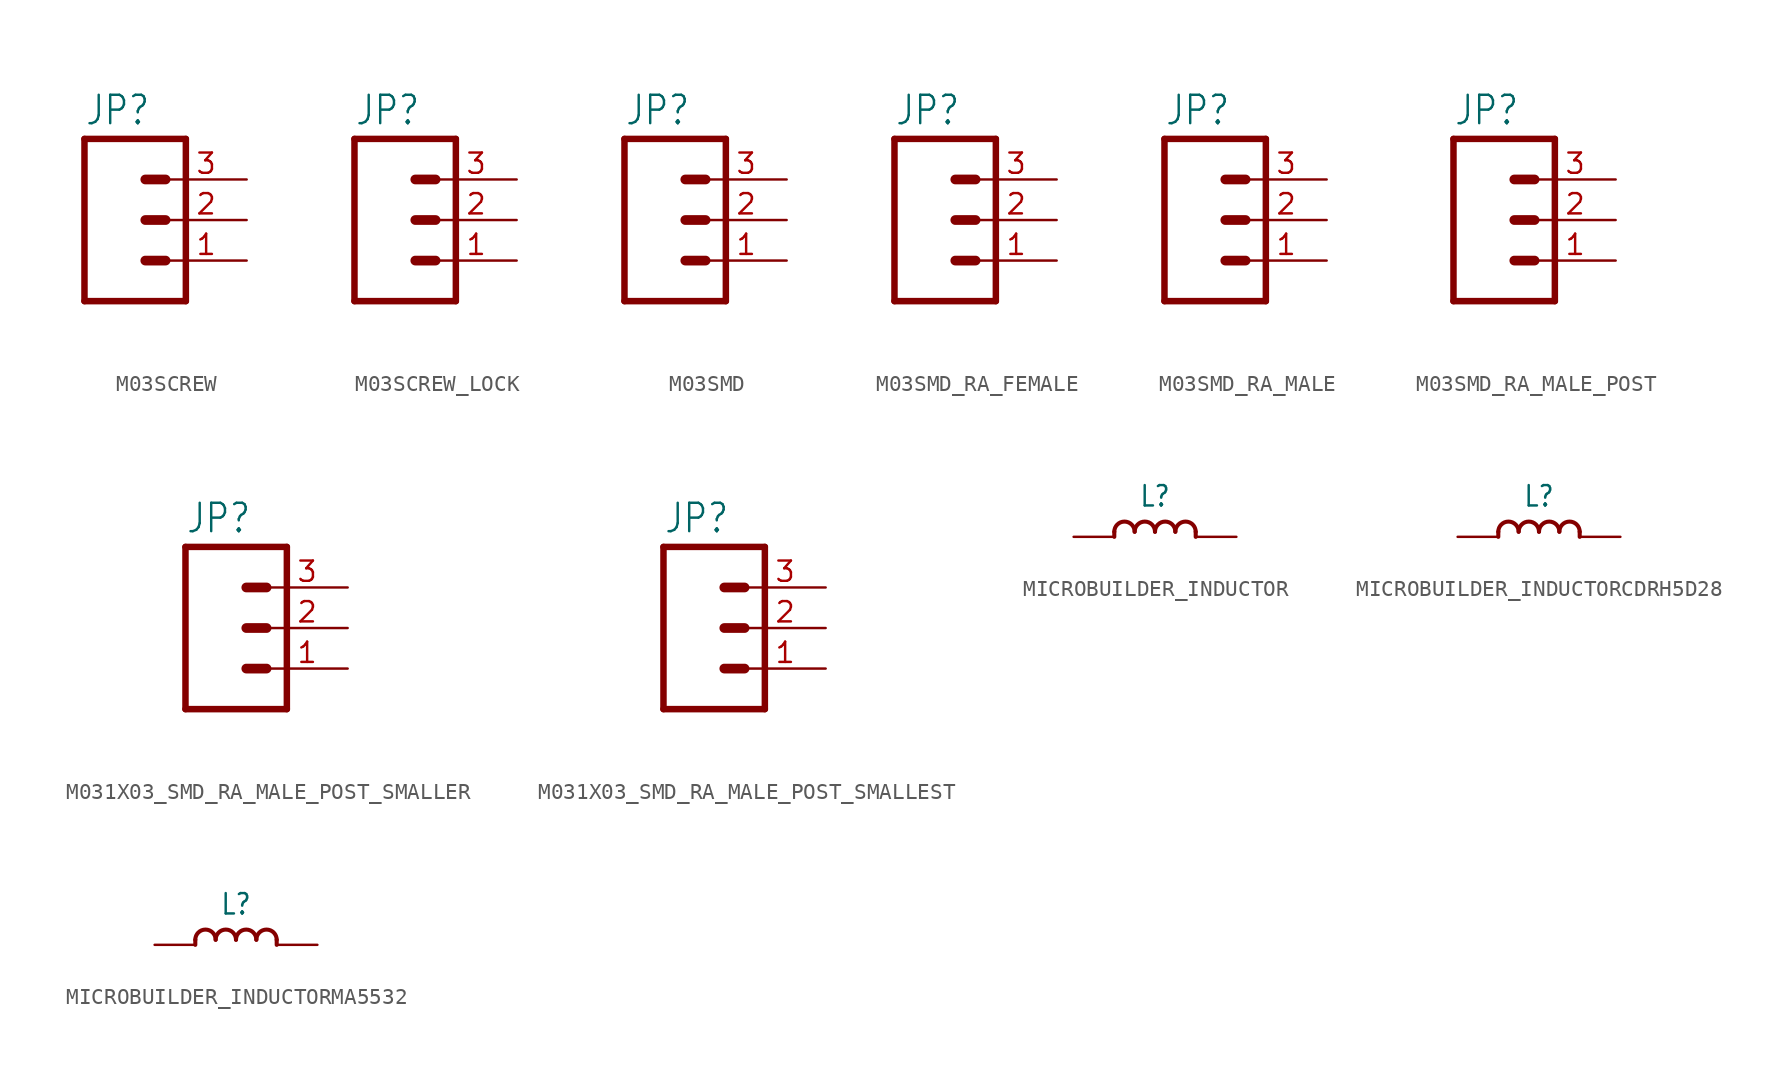
<source format=kicad_sym>
(kicad_symbol_lib
  (version 20220914)
  (generator kicad_symbol_editor)
  (symbol "M03SCREW"
    (property "Reference" "JP"
      (at -2.54 5.842 0)
      (effects (font (size 1.778 1.511)) (justify left bottom)))
    (property "Value" ""
      (at -2.54 -7.62 0)
      (effects (font (size 1.778 1.511)) (justify left bottom)))
    (property "ki_locked" ""
      (at 0 0 0)
      (effects (font (size 1.27 1.27))))
    (symbol "M03SCREW_1_0"
      (polyline (pts (xy -2.54 5.08) (xy -2.54 -5.08)) (stroke (width 0.406) (type solid)) (fill (type none)))
      (polyline (pts (xy -2.54 5.08) (xy 3.81 5.08)) (stroke (width 0.406) (type solid)) (fill (type none)))
      (polyline (pts (xy 1.27 -2.54) (xy 2.54 -2.54)) (stroke (width 0.61) (type solid)) (fill (type none)))
      (polyline (pts (xy 1.27 0) (xy 2.54 0)) (stroke (width 0.61) (type solid)) (fill (type none)))
      (polyline (pts (xy 1.27 2.54) (xy 2.54 2.54)) (stroke (width 0.61) (type solid)) (fill (type none)))
      (polyline (pts (xy 3.81 -5.08) (xy -2.54 -5.08)) (stroke (width 0.406) (type solid)) (fill (type none)))
      (polyline (pts (xy 3.81 -5.08) (xy 3.81 5.08)) (stroke (width 0.406) (type solid)) (fill (type none)))
      (pin passive line (at 7.62 -2.54 180) (length 5.08) (name "1" (effects (font (size 0 0)))) (number "1" (effects (font (size 1.27 1.27)))))
      (pin passive line (at 7.62 0 180) (length 5.08) (name "2" (effects (font (size 0 0)))) (number "2" (effects (font (size 1.27 1.27)))))
      (pin passive line (at 7.62 2.54 180) (length 5.08) (name "3" (effects (font (size 0 0)))) (number "3" (effects (font (size 1.27 1.27)))))))
  (symbol "M03SCREW_LOCK"
    (property "Reference" "JP"
      (at -2.54 5.842 0)
      (effects (font (size 1.778 1.511)) (justify left bottom)))
    (property "Value" ""
      (at -2.54 -7.62 0)
      (effects (font (size 1.778 1.511)) (justify left bottom)))
    (property "ki_locked" ""
      (at 0 0 0)
      (effects (font (size 1.27 1.27))))
    (symbol "M03SCREW_LOCK_1_0"
      (polyline (pts (xy -2.54 5.08) (xy -2.54 -5.08)) (stroke (width 0.406) (type solid)) (fill (type none)))
      (polyline (pts (xy -2.54 5.08) (xy 3.81 5.08)) (stroke (width 0.406) (type solid)) (fill (type none)))
      (polyline (pts (xy 1.27 -2.54) (xy 2.54 -2.54)) (stroke (width 0.61) (type solid)) (fill (type none)))
      (polyline (pts (xy 1.27 0) (xy 2.54 0)) (stroke (width 0.61) (type solid)) (fill (type none)))
      (polyline (pts (xy 1.27 2.54) (xy 2.54 2.54)) (stroke (width 0.61) (type solid)) (fill (type none)))
      (polyline (pts (xy 3.81 -5.08) (xy -2.54 -5.08)) (stroke (width 0.406) (type solid)) (fill (type none)))
      (polyline (pts (xy 3.81 -5.08) (xy 3.81 5.08)) (stroke (width 0.406) (type solid)) (fill (type none)))
      (pin passive line (at 7.62 -2.54 180) (length 5.08) (name "1" (effects (font (size 0 0)))) (number "1" (effects (font (size 1.27 1.27)))))
      (pin passive line (at 7.62 0 180) (length 5.08) (name "2" (effects (font (size 0 0)))) (number "2" (effects (font (size 1.27 1.27)))))
      (pin passive line (at 7.62 2.54 180) (length 5.08) (name "3" (effects (font (size 0 0)))) (number "3" (effects (font (size 1.27 1.27)))))))
  (symbol "M03SMD"
    (property "Reference" "JP"
      (at -2.54 5.842 0)
      (effects (font (size 1.778 1.511)) (justify left bottom)))
    (property "Value" ""
      (at -2.54 -7.62 0)
      (effects (font (size 1.778 1.511)) (justify left bottom)))
    (property "ki_locked" ""
      (at 0 0 0)
      (effects (font (size 1.27 1.27))))
    (symbol "M03SMD_1_0"
      (polyline (pts (xy -2.54 5.08) (xy -2.54 -5.08)) (stroke (width 0.406) (type solid)) (fill (type none)))
      (polyline (pts (xy -2.54 5.08) (xy 3.81 5.08)) (stroke (width 0.406) (type solid)) (fill (type none)))
      (polyline (pts (xy 1.27 -2.54) (xy 2.54 -2.54)) (stroke (width 0.61) (type solid)) (fill (type none)))
      (polyline (pts (xy 1.27 0) (xy 2.54 0)) (stroke (width 0.61) (type solid)) (fill (type none)))
      (polyline (pts (xy 1.27 2.54) (xy 2.54 2.54)) (stroke (width 0.61) (type solid)) (fill (type none)))
      (polyline (pts (xy 3.81 -5.08) (xy -2.54 -5.08)) (stroke (width 0.406) (type solid)) (fill (type none)))
      (polyline (pts (xy 3.81 -5.08) (xy 3.81 5.08)) (stroke (width 0.406) (type solid)) (fill (type none)))
      (pin passive line (at 7.62 -2.54 180) (length 5.08) (name "1" (effects (font (size 0 0)))) (number "1" (effects (font (size 1.27 1.27)))))
      (pin passive line (at 7.62 0 180) (length 5.08) (name "2" (effects (font (size 0 0)))) (number "2" (effects (font (size 1.27 1.27)))))
      (pin passive line (at 7.62 2.54 180) (length 5.08) (name "3" (effects (font (size 0 0)))) (number "3" (effects (font (size 1.27 1.27)))))))
  (symbol "M03SMD_RA_FEMALE"
    (property "Reference" "JP"
      (at -2.54 5.842 0)
      (effects (font (size 1.778 1.511)) (justify left bottom)))
    (property "Value" ""
      (at -2.54 -7.62 0)
      (effects (font (size 1.778 1.511)) (justify left bottom)))
    (property "ki_locked" ""
      (at 0 0 0)
      (effects (font (size 1.27 1.27))))
    (symbol "M03SMD_RA_FEMALE_1_0"
      (polyline (pts (xy -2.54 5.08) (xy -2.54 -5.08)) (stroke (width 0.406) (type solid)) (fill (type none)))
      (polyline (pts (xy -2.54 5.08) (xy 3.81 5.08)) (stroke (width 0.406) (type solid)) (fill (type none)))
      (polyline (pts (xy 1.27 -2.54) (xy 2.54 -2.54)) (stroke (width 0.61) (type solid)) (fill (type none)))
      (polyline (pts (xy 1.27 0) (xy 2.54 0)) (stroke (width 0.61) (type solid)) (fill (type none)))
      (polyline (pts (xy 1.27 2.54) (xy 2.54 2.54)) (stroke (width 0.61) (type solid)) (fill (type none)))
      (polyline (pts (xy 3.81 -5.08) (xy -2.54 -5.08)) (stroke (width 0.406) (type solid)) (fill (type none)))
      (polyline (pts (xy 3.81 -5.08) (xy 3.81 5.08)) (stroke (width 0.406) (type solid)) (fill (type none)))
      (pin passive line (at 7.62 -2.54 180) (length 5.08) (name "1" (effects (font (size 0 0)))) (number "1" (effects (font (size 1.27 1.27)))))
      (pin passive line (at 7.62 0 180) (length 5.08) (name "2" (effects (font (size 0 0)))) (number "2" (effects (font (size 1.27 1.27)))))
      (pin passive line (at 7.62 2.54 180) (length 5.08) (name "3" (effects (font (size 0 0)))) (number "3" (effects (font (size 1.27 1.27)))))))
  (symbol "M03SMD_RA_MALE"
    (property "Reference" "JP"
      (at -2.54 5.842 0)
      (effects (font (size 1.778 1.511)) (justify left bottom)))
    (property "Value" ""
      (at -2.54 -7.62 0)
      (effects (font (size 1.778 1.511)) (justify left bottom)))
    (property "ki_locked" ""
      (at 0 0 0)
      (effects (font (size 1.27 1.27))))
    (symbol "M03SMD_RA_MALE_1_0"
      (polyline (pts (xy -2.54 5.08) (xy -2.54 -5.08)) (stroke (width 0.406) (type solid)) (fill (type none)))
      (polyline (pts (xy -2.54 5.08) (xy 3.81 5.08)) (stroke (width 0.406) (type solid)) (fill (type none)))
      (polyline (pts (xy 1.27 -2.54) (xy 2.54 -2.54)) (stroke (width 0.61) (type solid)) (fill (type none)))
      (polyline (pts (xy 1.27 0) (xy 2.54 0)) (stroke (width 0.61) (type solid)) (fill (type none)))
      (polyline (pts (xy 1.27 2.54) (xy 2.54 2.54)) (stroke (width 0.61) (type solid)) (fill (type none)))
      (polyline (pts (xy 3.81 -5.08) (xy -2.54 -5.08)) (stroke (width 0.406) (type solid)) (fill (type none)))
      (polyline (pts (xy 3.81 -5.08) (xy 3.81 5.08)) (stroke (width 0.406) (type solid)) (fill (type none)))
      (pin passive line (at 7.62 -2.54 180) (length 5.08) (name "1" (effects (font (size 0 0)))) (number "1" (effects (font (size 1.27 1.27)))))
      (pin passive line (at 7.62 0 180) (length 5.08) (name "2" (effects (font (size 0 0)))) (number "2" (effects (font (size 1.27 1.27)))))
      (pin passive line (at 7.62 2.54 180) (length 5.08) (name "3" (effects (font (size 0 0)))) (number "3" (effects (font (size 1.27 1.27)))))))
  (symbol "M03SMD_RA_MALE_POST"
    (property "Reference" "JP"
      (at -2.54 5.842 0)
      (effects (font (size 1.778 1.511)) (justify left bottom)))
    (property "Value" ""
      (at -2.54 -7.62 0)
      (effects (font (size 1.778 1.511)) (justify left bottom)))
    (property "ki_locked" ""
      (at 0 0 0)
      (effects (font (size 1.27 1.27))))
    (symbol "M03SMD_RA_MALE_POST_1_0"
      (polyline (pts (xy -2.54 5.08) (xy -2.54 -5.08)) (stroke (width 0.406) (type solid)) (fill (type none)))
      (polyline (pts (xy -2.54 5.08) (xy 3.81 5.08)) (stroke (width 0.406) (type solid)) (fill (type none)))
      (polyline (pts (xy 1.27 -2.54) (xy 2.54 -2.54)) (stroke (width 0.61) (type solid)) (fill (type none)))
      (polyline (pts (xy 1.27 0) (xy 2.54 0)) (stroke (width 0.61) (type solid)) (fill (type none)))
      (polyline (pts (xy 1.27 2.54) (xy 2.54 2.54)) (stroke (width 0.61) (type solid)) (fill (type none)))
      (polyline (pts (xy 3.81 -5.08) (xy -2.54 -5.08)) (stroke (width 0.406) (type solid)) (fill (type none)))
      (polyline (pts (xy 3.81 -5.08) (xy 3.81 5.08)) (stroke (width 0.406) (type solid)) (fill (type none)))
      (pin passive line (at 7.62 -2.54 180) (length 5.08) (name "1" (effects (font (size 0 0)))) (number "1" (effects (font (size 1.27 1.27)))))
      (pin passive line (at 7.62 0 180) (length 5.08) (name "2" (effects (font (size 0 0)))) (number "2" (effects (font (size 1.27 1.27)))))
      (pin passive line (at 7.62 2.54 180) (length 5.08) (name "3" (effects (font (size 0 0)))) (number "3" (effects (font (size 1.27 1.27)))))))
  (symbol "M031X03_SMD_RA_MALE_POST_SMALLER"
    (property "Reference" "JP"
      (at -2.54 5.842 0)
      (effects (font (size 1.778 1.511)) (justify left bottom)))
    (property "Value" ""
      (at -2.54 -7.62 0)
      (effects (font (size 1.778 1.511)) (justify left bottom)))
    (property "ki_locked" ""
      (at 0 0 0)
      (effects (font (size 1.27 1.27))))
    (symbol "M031X03_SMD_RA_MALE_POST_SMALLER_1_0"
      (polyline (pts (xy -2.54 5.08) (xy -2.54 -5.08)) (stroke (width 0.406) (type solid)) (fill (type none)))
      (polyline (pts (xy -2.54 5.08) (xy 3.81 5.08)) (stroke (width 0.406) (type solid)) (fill (type none)))
      (polyline (pts (xy 1.27 -2.54) (xy 2.54 -2.54)) (stroke (width 0.61) (type solid)) (fill (type none)))
      (polyline (pts (xy 1.27 0) (xy 2.54 0)) (stroke (width 0.61) (type solid)) (fill (type none)))
      (polyline (pts (xy 1.27 2.54) (xy 2.54 2.54)) (stroke (width 0.61) (type solid)) (fill (type none)))
      (polyline (pts (xy 3.81 -5.08) (xy -2.54 -5.08)) (stroke (width 0.406) (type solid)) (fill (type none)))
      (polyline (pts (xy 3.81 -5.08) (xy 3.81 5.08)) (stroke (width 0.406) (type solid)) (fill (type none)))
      (pin passive line (at 7.62 -2.54 180) (length 5.08) (name "1" (effects (font (size 0 0)))) (number "1" (effects (font (size 1.27 1.27)))))
      (pin passive line (at 7.62 0 180) (length 5.08) (name "2" (effects (font (size 0 0)))) (number "2" (effects (font (size 1.27 1.27)))))
      (pin passive line (at 7.62 2.54 180) (length 5.08) (name "3" (effects (font (size 0 0)))) (number "3" (effects (font (size 1.27 1.27)))))))
  (symbol "M031X03_SMD_RA_MALE_POST_SMALLEST"
    (property "Reference" "JP"
      (at -2.54 5.842 0)
      (effects (font (size 1.778 1.511)) (justify left bottom)))
    (property "Value" ""
      (at -2.54 -7.62 0)
      (effects (font (size 1.778 1.511)) (justify left bottom)))
    (property "ki_locked" ""
      (at 0 0 0)
      (effects (font (size 1.27 1.27))))
    (symbol "M031X03_SMD_RA_MALE_POST_SMALLEST_1_0"
      (polyline (pts (xy -2.54 5.08) (xy -2.54 -5.08)) (stroke (width 0.406) (type solid)) (fill (type none)))
      (polyline (pts (xy -2.54 5.08) (xy 3.81 5.08)) (stroke (width 0.406) (type solid)) (fill (type none)))
      (polyline (pts (xy 1.27 -2.54) (xy 2.54 -2.54)) (stroke (width 0.61) (type solid)) (fill (type none)))
      (polyline (pts (xy 1.27 0) (xy 2.54 0)) (stroke (width 0.61) (type solid)) (fill (type none)))
      (polyline (pts (xy 1.27 2.54) (xy 2.54 2.54)) (stroke (width 0.61) (type solid)) (fill (type none)))
      (polyline (pts (xy 3.81 -5.08) (xy -2.54 -5.08)) (stroke (width 0.406) (type solid)) (fill (type none)))
      (polyline (pts (xy 3.81 -5.08) (xy 3.81 5.08)) (stroke (width 0.406) (type solid)) (fill (type none)))
      (pin passive line (at 7.62 -2.54 180) (length 5.08) (name "1" (effects (font (size 0 0)))) (number "1" (effects (font (size 1.27 1.27)))))
      (pin passive line (at 7.62 0 180) (length 5.08) (name "2" (effects (font (size 0 0)))) (number "2" (effects (font (size 1.27 1.27)))))
      (pin passive line (at 7.62 2.54 180) (length 5.08) (name "3" (effects (font (size 0 0)))) (number "3" (effects (font (size 1.27 1.27)))))))
  (symbol "MICROBUILDER_INDUCTOR"
    (property "Reference" "L"
      (at 0 2.54 0)
      (effects (font (size 1.27 1.079))))
    (property "Value" ""
      (at 0 -1.54 0)
      (effects (font (size 1.27 1.079))))
    (property "ki_locked" ""
      (at 0 0 0)
      (effects (font (size 1.27 1.27))))
    (symbol "MICROBUILDER_INDUCTOR_1_0"
      (arc (start -1.27 0.3173) (mid -1.9049 0.9524) (end -2.54 0.3175) (stroke (width 0.254) (type solid)) (fill (type none)))
      (polyline (pts (xy -2.54 0.318) (xy -2.54 0)) (stroke (width 0.254) (type solid)) (fill (type none)))
      (polyline (pts (xy 2.54 0.318) (xy 2.54 0)) (stroke (width 0.254) (type solid)) (fill (type none)))
      (arc (start 0 0.3173) (mid -0.6349 0.9524) (end -1.27 0.3175) (stroke (width 0.254) (type solid)) (fill (type none)))
      (arc (start 1.27 0.3173) (mid 0.6351 0.9524) (end 0 0.3175) (stroke (width 0.254) (type solid)) (fill (type none)))
      (arc (start 2.54 0.3173) (mid 1.9051 0.9524) (end 1.27 0.3175) (stroke (width 0.254) (type solid)) (fill (type none)))
      (pin passive line (at -5.08 0 0) (length 2.54) (name "1" (effects (font (size 0 0)))) (number "P$1" (effects (font (size 0 0)))))
      (pin passive line (at 5.08 0 180) (length 2.54) (name "2" (effects (font (size 0 0)))) (number "P$2" (effects (font (size 0 0)))))))
  (symbol "MICROBUILDER_INDUCTORCDRH5D28"
    (property "Reference" "L"
      (at 0 2.54 0)
      (effects (font (size 1.27 1.079))))
    (property "Value" ""
      (at 0 -1.54 0)
      (effects (font (size 1.27 1.079))))
    (property "ki_locked" ""
      (at 0 0 0)
      (effects (font (size 1.27 1.27))))
    (symbol "MICROBUILDER_INDUCTORCDRH5D28_1_0"
      (arc (start -1.27 0.3173) (mid -1.9049 0.9524) (end -2.54 0.3175) (stroke (width 0.254) (type solid)) (fill (type none)))
      (polyline (pts (xy -2.54 0.318) (xy -2.54 0)) (stroke (width 0.254) (type solid)) (fill (type none)))
      (polyline (pts (xy 2.54 0.318) (xy 2.54 0)) (stroke (width 0.254) (type solid)) (fill (type none)))
      (arc (start 0 0.3173) (mid -0.6349 0.9524) (end -1.27 0.3175) (stroke (width 0.254) (type solid)) (fill (type none)))
      (arc (start 1.27 0.3173) (mid 0.6351 0.9524) (end 0 0.3175) (stroke (width 0.254) (type solid)) (fill (type none)))
      (arc (start 2.54 0.3173) (mid 1.9051 0.9524) (end 1.27 0.3175) (stroke (width 0.254) (type solid)) (fill (type none)))
      (pin passive line (at -5.08 0 0) (length 2.54) (name "1" (effects (font (size 0 0)))) (number "P$1" (effects (font (size 0 0)))))
      (pin passive line (at 5.08 0 180) (length 2.54) (name "2" (effects (font (size 0 0)))) (number "P$2" (effects (font (size 0 0)))))))
  (symbol "MICROBUILDER_INDUCTORMA5532"
    (property "Reference" "L"
      (at 0 2.54 0)
      (effects (font (size 1.27 1.079))))
    (property "Value" ""
      (at 0 -1.54 0)
      (effects (font (size 1.27 1.079))))
    (property "ki_locked" ""
      (at 0 0 0)
      (effects (font (size 1.27 1.27))))
    (symbol "MICROBUILDER_INDUCTORMA5532_1_0"
      (arc (start -1.27 0.3173) (mid -1.9049 0.9524) (end -2.54 0.3175) (stroke (width 0.254) (type solid)) (fill (type none)))
      (polyline (pts (xy -2.54 0.318) (xy -2.54 0)) (stroke (width 0.254) (type solid)) (fill (type none)))
      (polyline (pts (xy 2.54 0.318) (xy 2.54 0)) (stroke (width 0.254) (type solid)) (fill (type none)))
      (arc (start 0 0.3173) (mid -0.6349 0.9524) (end -1.27 0.3175) (stroke (width 0.254) (type solid)) (fill (type none)))
      (arc (start 1.27 0.3173) (mid 0.6351 0.9524) (end 0 0.3175) (stroke (width 0.254) (type solid)) (fill (type none)))
      (arc (start 2.54 0.3173) (mid 1.9051 0.9524) (end 1.27 0.3175) (stroke (width 0.254) (type solid)) (fill (type none)))
      (pin passive line (at -5.08 0 0) (length 2.54) (name "1" (effects (font (size 0 0)))) (number "1" (effects (font (size 0 0)))))
      (pin passive line (at 5.08 0 180) (length 2.54) (name "2" (effects (font (size 0 0)))) (number "2" (effects (font (size 0 0))))))))
</source>
